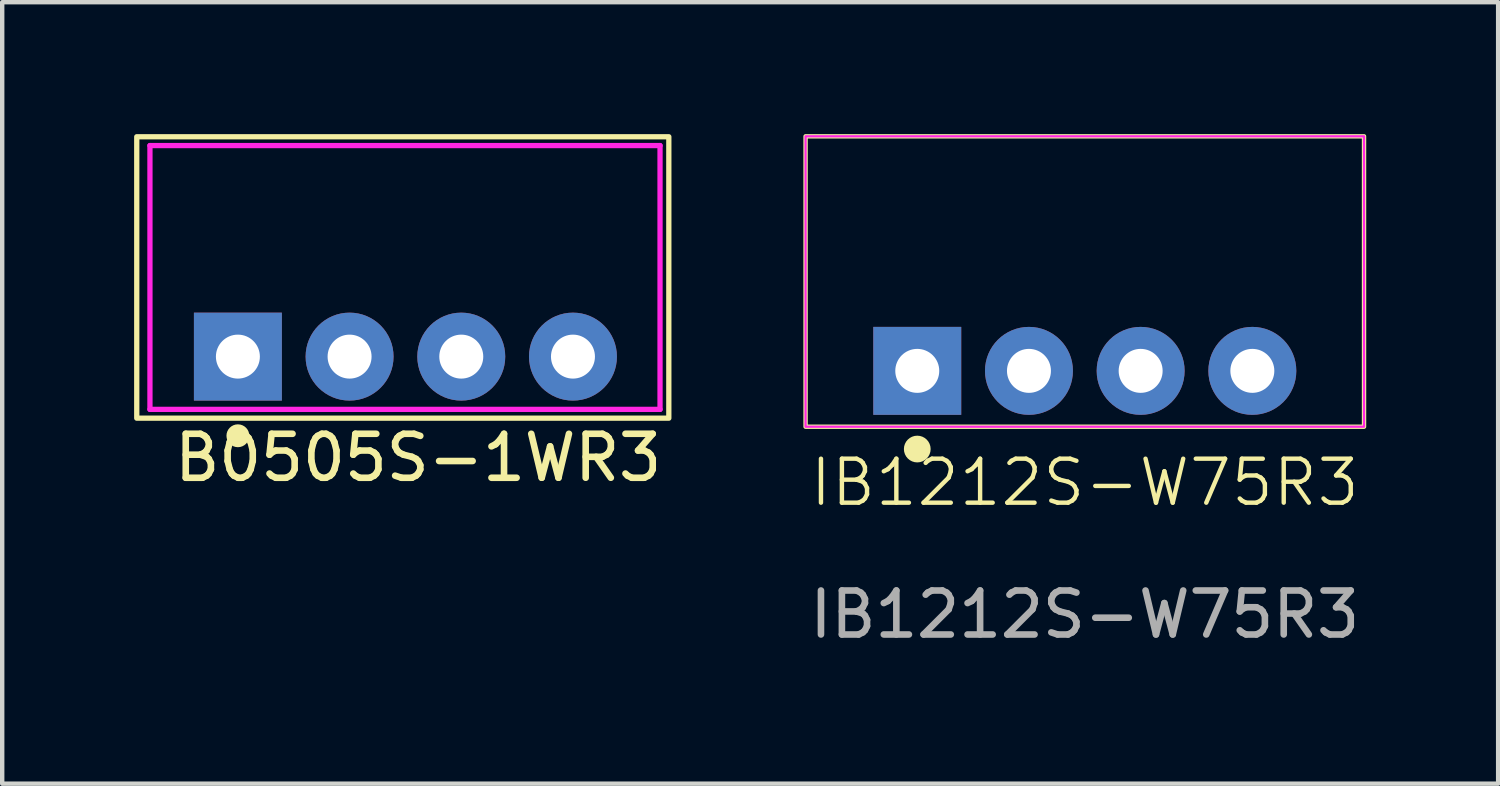
<source format=kicad_pcb>
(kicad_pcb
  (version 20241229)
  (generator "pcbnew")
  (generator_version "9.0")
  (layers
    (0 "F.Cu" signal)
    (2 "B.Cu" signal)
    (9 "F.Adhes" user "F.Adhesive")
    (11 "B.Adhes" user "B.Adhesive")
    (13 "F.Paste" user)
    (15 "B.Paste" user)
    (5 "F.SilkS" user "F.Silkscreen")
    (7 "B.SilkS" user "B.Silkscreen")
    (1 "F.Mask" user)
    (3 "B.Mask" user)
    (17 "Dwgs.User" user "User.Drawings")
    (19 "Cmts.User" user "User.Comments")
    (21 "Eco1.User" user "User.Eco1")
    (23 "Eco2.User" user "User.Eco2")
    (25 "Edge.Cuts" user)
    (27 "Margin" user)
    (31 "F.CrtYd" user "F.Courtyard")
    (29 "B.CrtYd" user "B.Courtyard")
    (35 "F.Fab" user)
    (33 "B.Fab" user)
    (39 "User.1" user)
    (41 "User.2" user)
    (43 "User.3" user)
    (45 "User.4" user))
  (footprint "IB1212S-W75R3"
    (layer "F.Cu")
    (at 21.62 5.384)
    (property "Reference" "IB1212S-W75R3" (at 0 2.54 0) (unlocked yes) (layer "F.SilkS") (effects (font (size 1 1) (thickness 0.1))))
    (attr through_hole)
    (fp_rect (start -6.35 -5.334) (end 6.35 1.27) (stroke (width 0.1) (type default)) (fill no) (layer "F.SilkS"))
    (fp_circle (center -3.81 1.778) (end -3.556 1.778) (stroke (width 0.1) (type solid)) (fill yes) (layer "F.SilkS"))
    (fp_rect (start -6.35 -5.334) (end 6.35 1.27) (stroke (width 0.05) (type default)) (fill no) (layer "F.CrtYd"))
    (fp_text user "${REFERENCE}" (at 0 5.54 0) (unlocked yes) (layer "F.Fab") (effects (font (size 1 1) (thickness 0.15))))
    (pad "1" thru_hole rect (at -3.81 0) (size 2 2) (drill 1) (layers "*.Cu" "*.Mask"))
    (pad "2" thru_hole circle (at -1.27 0) (size 2 2) (drill 1) (layers "*.Cu" "*.Mask"))
    (pad "3" thru_hole circle (at 1.27 0) (size 2 2) (drill 1) (layers "*.Cu" "*.Mask"))
    (pad "4" thru_hole circle (at 3.81 0) (size 2 2) (drill 1) (layers "*.Cu" "*.Mask")))
  (footprint "B0505S-1WR3"
    (layer "F.Cu")
    (at 2.36 5.06)
    (property "Reference" "B0505S-1WR3" (at 4.1 2.3 0) (unlocked yes) (layer "F.SilkS") (effects (font (size 1 1) (thickness 0.15))))
    (attr through_hole)
    (fp_rect (start -2.3 -5) (end 9.8 1.4) (stroke (width 0.12) (type solid)) (fill no) (layer "F.SilkS"))
    (fp_circle (center 0 1.8) (end 0.2 1.8) (stroke (width 0.12) (type solid)) (fill yes) (layer "F.SilkS"))
    (fp_line (start -2 -4.8) (end 9.6 -4.8) (stroke (width 0.12) (type solid)) (layer "F.CrtYd"))
    (fp_line (start -2 1.2) (end -2 -4.8) (stroke (width 0.12) (type solid)) (layer "F.CrtYd"))
    (fp_line (start -2 1.2) (end 9.6 1.2) (stroke (width 0.12) (type solid)) (layer "F.CrtYd"))
    (fp_line (start 9.6 -4.8) (end 9.6 1.2) (stroke (width 0.12) (type solid)) (layer "F.CrtYd"))
    (pad "1" thru_hole rect (at 0 0) (size 2 2) (drill 1) (layers "*.Cu" "*.Mask"))
    (pad "2" thru_hole circle (at 2.54 0) (size 2 2) (drill 1) (layers "*.Cu" "*.Mask"))
    (pad "3" thru_hole circle (at 5.08 0) (size 2 2) (drill 1) (layers "*.Cu" "*.Mask"))
    (pad "4" thru_hole circle (at 7.62 0) (size 2 2) (drill 1) (layers "*.Cu" "*.Mask")))
  (gr_rect
    (start -3 -3)
    (end 31.02 14.772)
    (stroke (width 0.1) (type default))
    (fill no)
    (layer "Edge.Cuts")))
</source>
